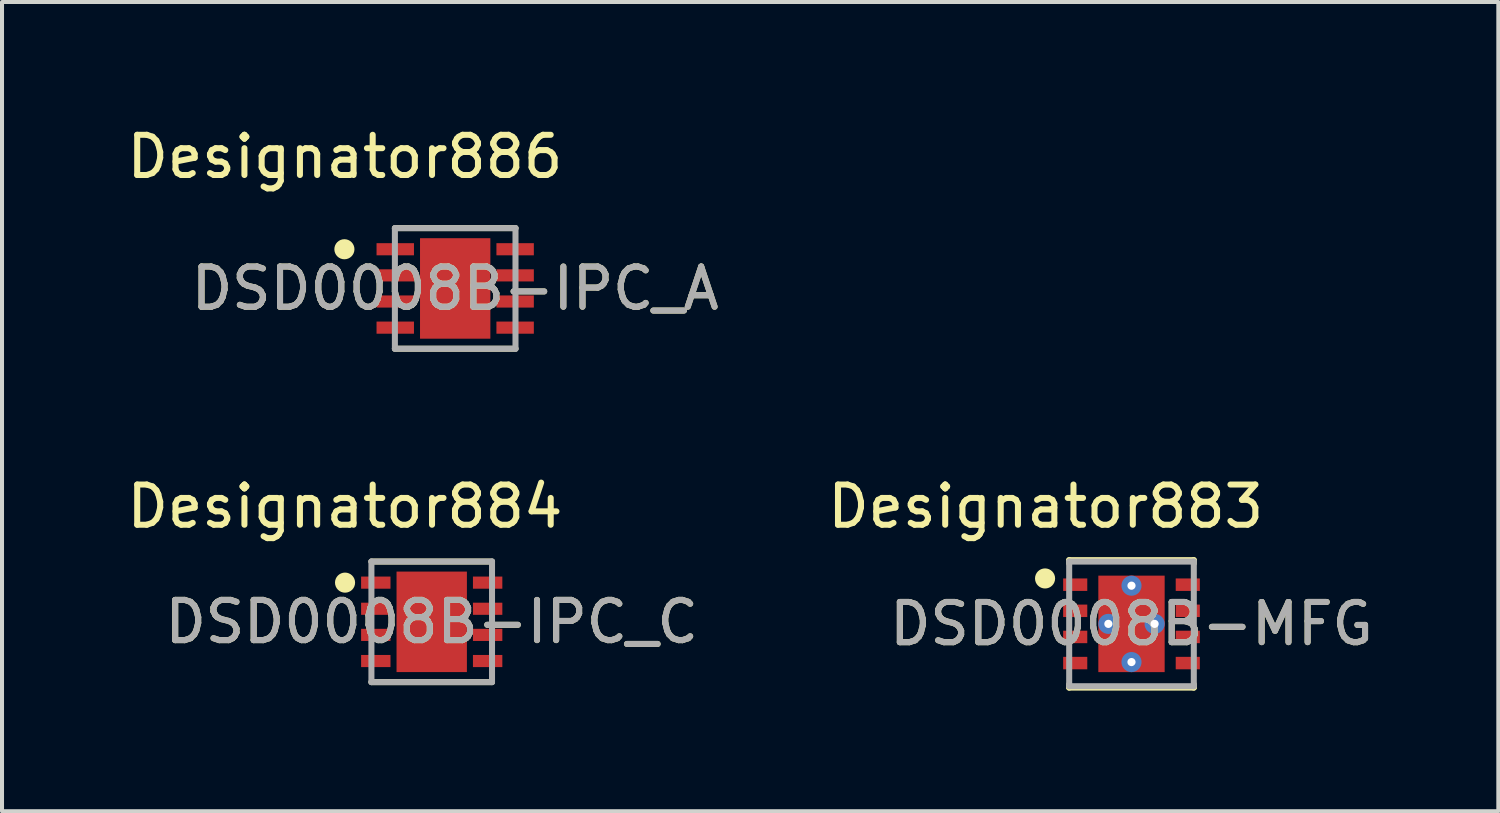
<source format=kicad_pcb>
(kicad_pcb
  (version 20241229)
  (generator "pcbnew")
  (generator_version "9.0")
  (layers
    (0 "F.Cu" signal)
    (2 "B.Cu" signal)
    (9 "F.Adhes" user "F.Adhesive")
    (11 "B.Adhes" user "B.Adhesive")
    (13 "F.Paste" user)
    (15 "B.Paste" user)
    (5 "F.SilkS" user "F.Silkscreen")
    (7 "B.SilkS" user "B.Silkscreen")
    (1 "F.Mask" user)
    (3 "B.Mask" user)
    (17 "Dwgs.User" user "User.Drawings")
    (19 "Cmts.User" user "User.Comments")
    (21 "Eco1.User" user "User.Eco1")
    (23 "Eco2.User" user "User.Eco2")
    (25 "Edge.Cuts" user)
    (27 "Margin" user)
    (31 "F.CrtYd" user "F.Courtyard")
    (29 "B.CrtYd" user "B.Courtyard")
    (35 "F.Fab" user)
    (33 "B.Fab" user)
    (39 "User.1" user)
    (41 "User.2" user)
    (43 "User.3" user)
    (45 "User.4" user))
  (footprint "DSD0008B-MFG"
    (layer "F.Cu")
    (at 25.096 12.469)
    (property "Reference" "DSD0008B-MFG" (at 0 0 0) (unlocked yes) (layer "F.SilkS") (effects (font (size 1 1) (thickness 0.15))))
    (attr smd)
    (fp_line (start -1.55 -1.585) (end 1.55 -1.585) (stroke (width 0.15) (type solid)) (layer "F.SilkS"))
    (fp_line (start -1.55 -1.505) (end -1.55 -1.585) (stroke (width 0.15) (type solid)) (layer "F.SilkS"))
    (fp_line (start -1.55 1.585) (end -1.55 1.505) (stroke (width 0.15) (type solid)) (layer "F.SilkS"))
    (fp_line (start -1.55 1.585) (end 1.55 1.585) (stroke (width 0.15) (type solid)) (layer "F.SilkS"))
    (fp_line (start 1.55 -1.505) (end 1.55 -1.585) (stroke (width 0.15) (type solid)) (layer "F.SilkS"))
    (fp_line (start 1.55 1.585) (end 1.55 1.505) (stroke (width 0.15) (type solid)) (layer "F.SilkS"))
    (fp_circle (center -2.15 -1.13) (end -2.025 -1.13) (stroke (width 0.25) (type solid)) (fill no) (layer "F.SilkS"))
    (fp_poly (pts (xy 0.685 0.1) (xy 0.735 0.15) (xy 0.735 1.12) (xy 0.685 1.17) (xy -0.685 1.17) (xy -0.735 1.12) (xy -0.735 0.15) (xy -0.685 0.1)) (stroke (width 0) (type solid)) (fill yes) (layer "F.Paste"))
    (fp_poly (pts (xy 0.735 -0.15) (xy 0.685 -0.1) (xy -0.685 -0.1) (xy -0.735 -0.15) (xy -0.735 -1.12) (xy -0.685 -1.17) (xy 0.685 -1.17) (xy 0.735 -1.12)) (stroke (width 0) (type solid)) (fill yes) (layer "F.Paste"))
    (fp_line (start -1.55 -1.55) (end 1.55 -1.55) (stroke (width 0.15) (type solid)) (layer "F.Fab"))
    (fp_line (start -1.55 1.55) (end -1.55 -1.55) (stroke (width 0.15) (type solid)) (layer "F.Fab"))
    (fp_line (start -1.55 1.55) (end 1.55 1.55) (stroke (width 0.15) (type solid)) (layer "F.Fab"))
    (fp_line (start 1.55 1.55) (end 1.55 -1.55) (stroke (width 0.15) (type solid)) (layer "F.Fab"))
    (fp_text user "Designator883" (at -2.134 -2.921 0) (unlocked yes) (layer "F.SilkS") (effects (font (size 1 1) (thickness 0.15))))
    (fp_text user "${REFERENCE}" (at 0 0 0) (unlocked yes) (layer "F.Fab") (effects (font (size 1 1) (thickness 0.15))))
    (pad "1" smd rect (at -1.4 -0.975) (size 0.6 0.31) (layers "F.Cu" "F.Mask" "F.Paste"))
    (pad "2" smd rect (at -1.4 -0.325) (size 0.6 0.31) (layers "F.Cu" "F.Mask" "F.Paste"))
    (pad "3" smd rect (at -1.4 0.325) (size 0.6 0.31) (layers "F.Cu" "F.Mask" "F.Paste"))
    (pad "4" smd rect (at -1.4 0.975) (size 0.6 0.31) (layers "F.Cu" "F.Mask" "F.Paste"))
    (pad "5" smd rect (at 1.4 0.975) (size 0.6 0.31) (layers "F.Cu" "F.Mask" "F.Paste"))
    (pad "6" smd rect (at 1.4 0.325) (size 0.6 0.31) (layers "F.Cu" "F.Mask" "F.Paste"))
    (pad "7" smd rect (at 1.4 -0.325) (size 0.6 0.31) (layers "F.Cu" "F.Mask" "F.Paste"))
    (pad "8" smd rect (at 1.4 -0.975) (size 0.6 0.31) (layers "F.Cu" "F.Mask" "F.Paste"))
    (pad "9" smd rect (at 0 0) (size 1.65 2.4) (layers "F.Cu" "F.Mask"))
    (pad "10" thru_hole circle (at 0 -0.95) (size 0.5 0.5) (drill 0.203) (layers "*.Cu" "*.Mask"))
    (pad "11" thru_hole circle (at 0 0.95) (size 0.5 0.5) (drill 0.203) (layers "*.Cu" "*.Mask"))
    (pad "12" thru_hole circle (at -0.575 0) (size 0.5 0.5) (drill 0.203) (layers "*.Cu" "*.Mask"))
    (pad "13" thru_hole circle (at 0.575 0) (size 0.5 0.5) (drill 0.203) (layers "*.Cu" "*.Mask")))
  (footprint "DSD0008B-IPC_C"
    (layer "F.Cu")
    (at 7.689 12.418)
    (property "Reference" "DSD0008B-IPC_C" (at 0 0 0) (unlocked yes) (layer "F.SilkS") (effects (font (size 1 1) (thickness 0.15))))
    (attr smd)
    (fp_line (start -1.5 -1.5) (end 1.5 -1.5) (stroke (width 0.15) (type solid)) (layer "F.SilkS"))
    (fp_line (start -1.5 1.5) (end 1.5 1.5) (stroke (width 0.15) (type solid)) (layer "F.SilkS"))
    (fp_circle (center -2.156 -0.975) (end -2.031 -0.975) (stroke (width 0.25) (type solid)) (fill no) (layer "F.SilkS"))
    (fp_poly (pts (xy -0.5 0.875) (xy 0.5 0.875) (xy 0.5 -0.875) (xy -0.5 -0.875)) (stroke (width 0) (type solid)) (fill yes) (layer "F.Paste"))
    (fp_line (start -1.5 -1.5) (end 1.5 -1.5) (stroke (width 0.15) (type solid)) (layer "F.Fab"))
    (fp_line (start -1.5 1.5) (end -1.5 -1.5) (stroke (width 0.15) (type solid)) (layer "F.Fab"))
    (fp_line (start -1.5 1.5) (end 1.5 1.5) (stroke (width 0.15) (type solid)) (layer "F.Fab"))
    (fp_line (start 1.5 1.5) (end 1.5 -1.5) (stroke (width 0.15) (type solid)) (layer "F.Fab"))
    (fp_text user "Designator884" (at -2.159 -2.87 0) (unlocked yes) (layer "F.SilkS") (effects (font (size 1 1) (thickness 0.15))))
    (fp_text user "${REFERENCE}" (at 0 0 0) (unlocked yes) (layer "F.Fab") (effects (font (size 1 1) (thickness 0.15))))
    (pad "1" smd rect (at -1.391 -0.975) (size 0.731 0.302) (layers "F.Cu" "F.Mask" "F.Paste"))
    (pad "2" smd rect (at -1.391 -0.325) (size 0.731 0.302) (layers "F.Cu" "F.Mask" "F.Paste"))
    (pad "3" smd rect (at -1.391 0.325) (size 0.731 0.302) (layers "F.Cu" "F.Mask" "F.Paste"))
    (pad "4" smd rect (at -1.391 0.975) (size 0.731 0.302) (layers "F.Cu" "F.Mask" "F.Paste"))
    (pad "5" smd rect (at 1.391 0.975) (size 0.731 0.302) (layers "F.Cu" "F.Mask" "F.Paste"))
    (pad "6" smd rect (at 1.391 0.325) (size 0.731 0.302) (layers "F.Cu" "F.Mask" "F.Paste"))
    (pad "7" smd rect (at 1.391 -0.325) (size 0.731 0.302) (layers "F.Cu" "F.Mask" "F.Paste"))
    (pad "8" smd rect (at 1.391 -0.975) (size 0.731 0.302) (layers "F.Cu" "F.Mask" "F.Paste"))
    (pad "9" smd rect (at 0 0) (size 1.75 2.5) (layers "F.Cu" "F.Mask")))
  (footprint "DSD0008B-IPC_A"
    (layer "F.Cu")
    (at 8.273 4.125)
    (property "Reference" "DSD0008B-IPC_A" (at 0 0 0) (unlocked yes) (layer "F.SilkS") (effects (font (size 1 1) (thickness 0.15))))
    (attr smd)
    (fp_line (start -1.5 -1.5) (end 1.5 -1.5) (stroke (width 0.15) (type solid)) (layer "F.SilkS"))
    (fp_line (start -1.5 1.5) (end 1.5 1.5) (stroke (width 0.15) (type solid)) (layer "F.SilkS"))
    (fp_circle (center -2.756 -0.975) (end -2.631 -0.975) (stroke (width 0.25) (type solid)) (fill no) (layer "F.SilkS"))
    (fp_poly (pts (xy -0.5 0.875) (xy 0.5 0.875) (xy 0.5 -0.875) (xy -0.5 -0.875)) (stroke (width 0) (type solid)) (fill yes) (layer "F.Paste"))
    (fp_line (start -1.5 -1.5) (end 1.5 -1.5) (stroke (width 0.15) (type solid)) (layer "F.Fab"))
    (fp_line (start -1.5 1.5) (end -1.5 -1.5) (stroke (width 0.15) (type solid)) (layer "F.Fab"))
    (fp_line (start -1.5 1.5) (end 1.5 1.5) (stroke (width 0.15) (type solid)) (layer "F.Fab"))
    (fp_line (start 1.5 1.5) (end 1.5 -1.5) (stroke (width 0.15) (type solid)) (layer "F.Fab"))
    (fp_text user "Designator886" (at -2.743 -3.277 0) (unlocked yes) (layer "F.SilkS") (effects (font (size 1 1) (thickness 0.15))))
    (fp_text user "${REFERENCE}" (at 0 0 0) (unlocked yes) (layer "F.Fab") (effects (font (size 1 1) (thickness 0.15))))
    (pad "1" smd rect (at -1.491 -0.975) (size 0.931 0.302) (layers "F.Cu" "F.Mask" "F.Paste"))
    (pad "2" smd rect (at -1.491 -0.325) (size 0.931 0.302) (layers "F.Cu" "F.Mask" "F.Paste"))
    (pad "3" smd rect (at -1.491 0.325) (size 0.931 0.302) (layers "F.Cu" "F.Mask" "F.Paste"))
    (pad "4" smd rect (at -1.491 0.975) (size 0.931 0.302) (layers "F.Cu" "F.Mask" "F.Paste"))
    (pad "5" smd rect (at 1.491 0.975) (size 0.931 0.302) (layers "F.Cu" "F.Mask" "F.Paste"))
    (pad "6" smd rect (at 1.491 0.325) (size 0.931 0.302) (layers "F.Cu" "F.Mask" "F.Paste"))
    (pad "7" smd rect (at 1.491 -0.325) (size 0.931 0.302) (layers "F.Cu" "F.Mask" "F.Paste"))
    (pad "8" smd rect (at 1.491 -0.975) (size 0.931 0.302) (layers "F.Cu" "F.Mask" "F.Paste"))
    (pad "9" smd rect (at 0 0) (size 1.75 2.5) (layers "F.Cu" "F.Mask")))
  (gr_rect
    (start -3 -3)
    (end 34.221 17.129)
    (stroke (width 0.1) (type default))
    (fill no)
    (layer "Edge.Cuts")))
</source>
